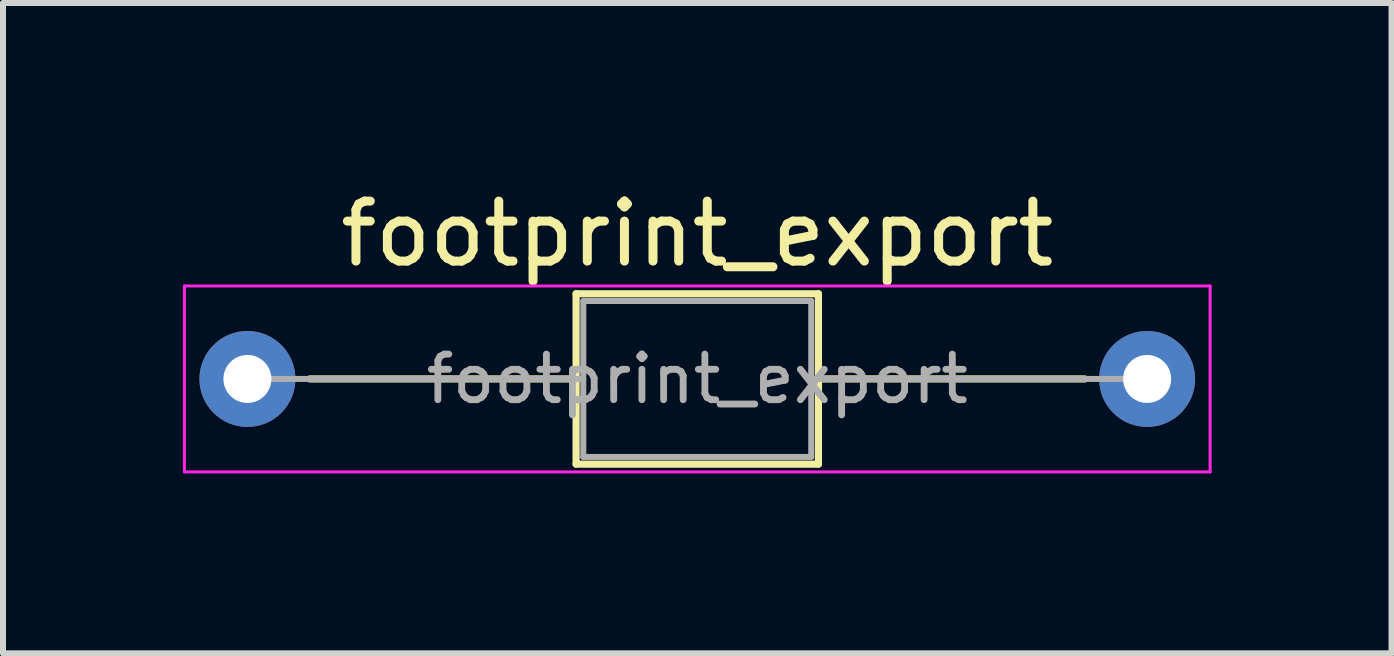
<source format=kicad_pcb>
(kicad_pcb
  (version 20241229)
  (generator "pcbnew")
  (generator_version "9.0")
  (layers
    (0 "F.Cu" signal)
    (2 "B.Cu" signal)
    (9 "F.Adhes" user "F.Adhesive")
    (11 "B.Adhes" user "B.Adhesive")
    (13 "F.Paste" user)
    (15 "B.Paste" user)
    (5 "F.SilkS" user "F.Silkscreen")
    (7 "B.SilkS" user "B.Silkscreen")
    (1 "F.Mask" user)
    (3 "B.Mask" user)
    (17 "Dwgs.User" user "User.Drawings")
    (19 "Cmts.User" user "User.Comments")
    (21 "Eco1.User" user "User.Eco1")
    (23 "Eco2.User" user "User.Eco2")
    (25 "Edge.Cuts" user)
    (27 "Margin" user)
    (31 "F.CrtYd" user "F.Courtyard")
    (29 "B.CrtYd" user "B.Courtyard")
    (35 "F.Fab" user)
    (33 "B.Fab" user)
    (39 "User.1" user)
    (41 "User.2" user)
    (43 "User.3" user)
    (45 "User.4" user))
  (footprint "footprint_export"
    (layer "F.Cu")
    (at 1.075 3.268)
    (property "Reference" "footprint_export" (at 7.5 -2.42 0) (layer "F.SilkS") (effects (font (size 1 1) (thickness 0.15))))
    (attr through_hole)
    (fp_line (start 1.04 0) (end 5.48 0) (stroke (width 0.12) (type solid)) (layer "F.SilkS"))
    (fp_line (start 5.48 -1.42) (end 5.48 1.42) (stroke (width 0.12) (type solid)) (layer "F.SilkS"))
    (fp_line (start 5.48 1.42) (end 9.52 1.42) (stroke (width 0.12) (type solid)) (layer "F.SilkS"))
    (fp_line (start 9.52 -1.42) (end 5.48 -1.42) (stroke (width 0.12) (type solid)) (layer "F.SilkS"))
    (fp_line (start 9.52 1.42) (end 9.52 -1.42) (stroke (width 0.12) (type solid)) (layer "F.SilkS"))
    (fp_line (start 13.96 0) (end 9.52 0) (stroke (width 0.12) (type solid)) (layer "F.SilkS"))
    (fp_line (start -1.05 -1.55) (end -1.05 1.55) (stroke (width 0.05) (type solid)) (layer "F.CrtYd"))
    (fp_line (start -1.05 1.55) (end 16.05 1.55) (stroke (width 0.05) (type solid)) (layer "F.CrtYd"))
    (fp_line (start 16.05 -1.55) (end -1.05 -1.55) (stroke (width 0.05) (type solid)) (layer "F.CrtYd"))
    (fp_line (start 16.05 1.55) (end 16.05 -1.55) (stroke (width 0.05) (type solid)) (layer "F.CrtYd"))
    (fp_line (start 0 0) (end 5.6 0) (stroke (width 0.1) (type solid)) (layer "F.Fab"))
    (fp_line (start 5.6 -1.3) (end 5.6 1.3) (stroke (width 0.1) (type solid)) (layer "F.Fab"))
    (fp_line (start 5.6 1.3) (end 9.4 1.3) (stroke (width 0.1) (type solid)) (layer "F.Fab"))
    (fp_line (start 9.4 -1.3) (end 5.6 -1.3) (stroke (width 0.1) (type solid)) (layer "F.Fab"))
    (fp_line (start 9.4 1.3) (end 9.4 -1.3) (stroke (width 0.1) (type solid)) (layer "F.Fab"))
    (fp_line (start 15 0) (end 9.4 0) (stroke (width 0.1) (type solid)) (layer "F.Fab"))
    (fp_text user "${REFERENCE}" (at 7.5 0 0) (layer "F.Fab") (effects (font (size 0.76 0.76) (thickness 0.114))))
    (pad "1" thru_hole circle (at 0 0) (size 1.6 1.6) (drill 0.8) (layers "*.Cu" "*.Mask"))
    (pad "2" thru_hole oval (at 15 0) (size 1.6 1.6) (drill 0.8) (layers "*.Cu" "*.Mask")))
  (gr_rect
    (start -3 -3)
    (end 20.15 7.843)
    (stroke (width 0.1) (type default))
    (fill no)
    (layer "Edge.Cuts")))
</source>
